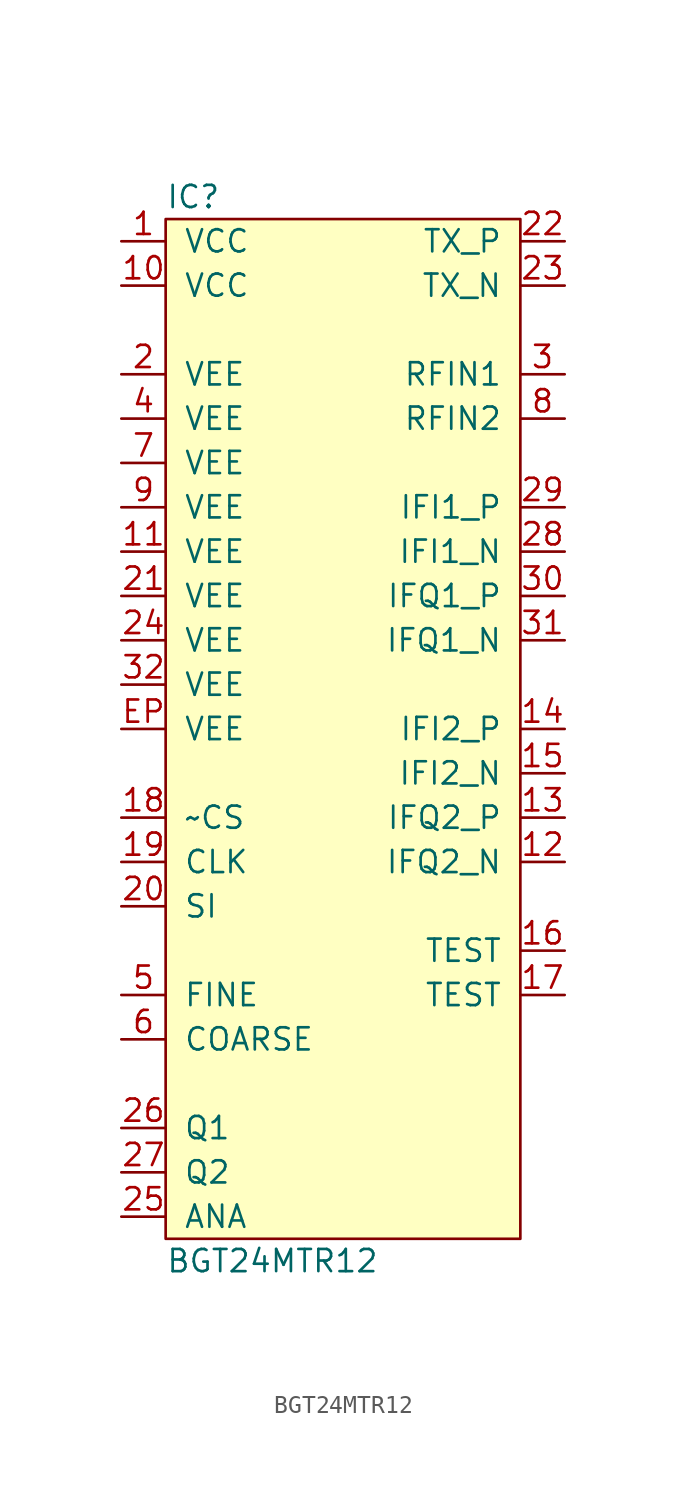
<source format=kicad_sym>
(kicad_symbol_lib
  (version 20211014)
  (generator agg_kicad.build_lib_ic)
  (symbol "BGT24MTR12"
    (pin_names
      (offset 1.016))
    (property Reference IC
      (at -10.16 30.48 0)
      (effects (font (size 1.27 1.27)) (justify left)))
    (property Value "BGT24MTR12"
      (at -10.16 -30.48 0)
      (effects (font (size 1.27 1.27)) (justify left)))
    (symbol "BGT24MTR12_0_0"
      (rectangle (start -10.16 29.21) (end 10.16 -29.21) (stroke (width 0) (type default) (color 0 0 0 0)) (fill (type background)))
      (pin power_in line (at -12.7 27.94 0) (length 2.54) (name VCC (effects (font (size 1.27 1.27)))) (number "1" (effects (font (size 1.27 1.27)))))
      (pin power_in line (at -12.7 25.4 0) (length 2.54) (name VCC (effects (font (size 1.27 1.27)))) (number "10" (effects (font (size 1.27 1.27)))))
      (pin power_in line (at -12.7 20.32 0) (length 2.54) (name VEE (effects (font (size 1.27 1.27)))) (number "2" (effects (font (size 1.27 1.27)))))
      (pin power_in line (at -12.7 17.78 0) (length 2.54) (name VEE (effects (font (size 1.27 1.27)))) (number "4" (effects (font (size 1.27 1.27)))))
      (pin power_in line (at -12.7 15.24 0) (length 2.54) (name VEE (effects (font (size 1.27 1.27)))) (number "7" (effects (font (size 1.27 1.27)))))
      (pin power_in line (at -12.7 12.7 0) (length 2.54) (name VEE (effects (font (size 1.27 1.27)))) (number "9" (effects (font (size 1.27 1.27)))))
      (pin power_in line (at -12.7 10.16 0) (length 2.54) (name VEE (effects (font (size 1.27 1.27)))) (number "11" (effects (font (size 1.27 1.27)))))
      (pin power_in line (at -12.7 7.62 0) (length 2.54) (name VEE (effects (font (size 1.27 1.27)))) (number "21" (effects (font (size 1.27 1.27)))))
      (pin power_in line (at -12.7 5.08 0) (length 2.54) (name VEE (effects (font (size 1.27 1.27)))) (number "24" (effects (font (size 1.27 1.27)))))
      (pin power_in line (at -12.7 2.54 0) (length 2.54) (name VEE (effects (font (size 1.27 1.27)))) (number "32" (effects (font (size 1.27 1.27)))))
      (pin power_in line (at -12.7 0 0) (length 2.54) (name VEE (effects (font (size 1.27 1.27)))) (number EP (effects (font (size 1.27 1.27)))))
      (pin input line (at -12.7 -5.08 0) (length 2.54) (name "~CS" (effects (font (size 1.27 1.27)))) (number "18" (effects (font (size 1.27 1.27)))))
      (pin input line (at -12.7 -7.62 0) (length 2.54) (name CLK (effects (font (size 1.27 1.27)))) (number "19" (effects (font (size 1.27 1.27)))))
      (pin input line (at -12.7 -10.16 0) (length 2.54) (name SI (effects (font (size 1.27 1.27)))) (number "20" (effects (font (size 1.27 1.27)))))
      (pin input line (at -12.7 -15.24 0) (length 2.54) (name FINE (effects (font (size 1.27 1.27)))) (number "5" (effects (font (size 1.27 1.27)))))
      (pin input line (at -12.7 -17.78 0) (length 2.54) (name COARSE (effects (font (size 1.27 1.27)))) (number "6" (effects (font (size 1.27 1.27)))))
      (pin output line (at -12.7 -22.86 0) (length 2.54) (name "Q1" (effects (font (size 1.27 1.27)))) (number "26" (effects (font (size 1.27 1.27)))))
      (pin output line (at -12.7 -25.4 0) (length 2.54) (name "Q2" (effects (font (size 1.27 1.27)))) (number "27" (effects (font (size 1.27 1.27)))))
      (pin output line (at -12.7 -27.94 0) (length 2.54) (name ANA (effects (font (size 1.27 1.27)))) (number "25" (effects (font (size 1.27 1.27)))))
      (pin output line (at 12.7 27.94 180) (length 2.54) (name TX_P (effects (font (size 1.27 1.27)))) (number "22" (effects (font (size 1.27 1.27)))))
      (pin output line (at 12.7 25.4 180) (length 2.54) (name TX_N (effects (font (size 1.27 1.27)))) (number "23" (effects (font (size 1.27 1.27)))))
      (pin input line (at 12.7 20.32 180) (length 2.54) (name "RFIN1" (effects (font (size 1.27 1.27)))) (number "3" (effects (font (size 1.27 1.27)))))
      (pin input line (at 12.7 17.78 180) (length 2.54) (name "RFIN2" (effects (font (size 1.27 1.27)))) (number "8" (effects (font (size 1.27 1.27)))))
      (pin output line (at 12.7 12.7 180) (length 2.54) (name "IFI1_P" (effects (font (size 1.27 1.27)))) (number "29" (effects (font (size 1.27 1.27)))))
      (pin output line (at 12.7 10.16 180) (length 2.54) (name "IFI1_N" (effects (font (size 1.27 1.27)))) (number "28" (effects (font (size 1.27 1.27)))))
      (pin output line (at 12.7 7.62 180) (length 2.54) (name "IFQ1_P" (effects (font (size 1.27 1.27)))) (number "30" (effects (font (size 1.27 1.27)))))
      (pin output line (at 12.7 5.08 180) (length 2.54) (name "IFQ1_N" (effects (font (size 1.27 1.27)))) (number "31" (effects (font (size 1.27 1.27)))))
      (pin output line (at 12.7 0 180) (length 2.54) (name "IFI2_P" (effects (font (size 1.27 1.27)))) (number "14" (effects (font (size 1.27 1.27)))))
      (pin output line (at 12.7 -2.54 180) (length 2.54) (name "IFI2_N" (effects (font (size 1.27 1.27)))) (number "15" (effects (font (size 1.27 1.27)))))
      (pin output line (at 12.7 -5.08 180) (length 2.54) (name "IFQ2_P" (effects (font (size 1.27 1.27)))) (number "13" (effects (font (size 1.27 1.27)))))
      (pin output line (at 12.7 -7.62 180) (length 2.54) (name "IFQ2_N" (effects (font (size 1.27 1.27)))) (number "12" (effects (font (size 1.27 1.27)))))
      (pin passive line (at 12.7 -12.7 180) (length 2.54) (name TEST (effects (font (size 1.27 1.27)))) (number "16" (effects (font (size 1.27 1.27)))))
      (pin passive line (at 12.7 -15.24 180) (length 2.54) (name TEST (effects (font (size 1.27 1.27)))) (number "17" (effects (font (size 1.27 1.27))))))))
</source>
